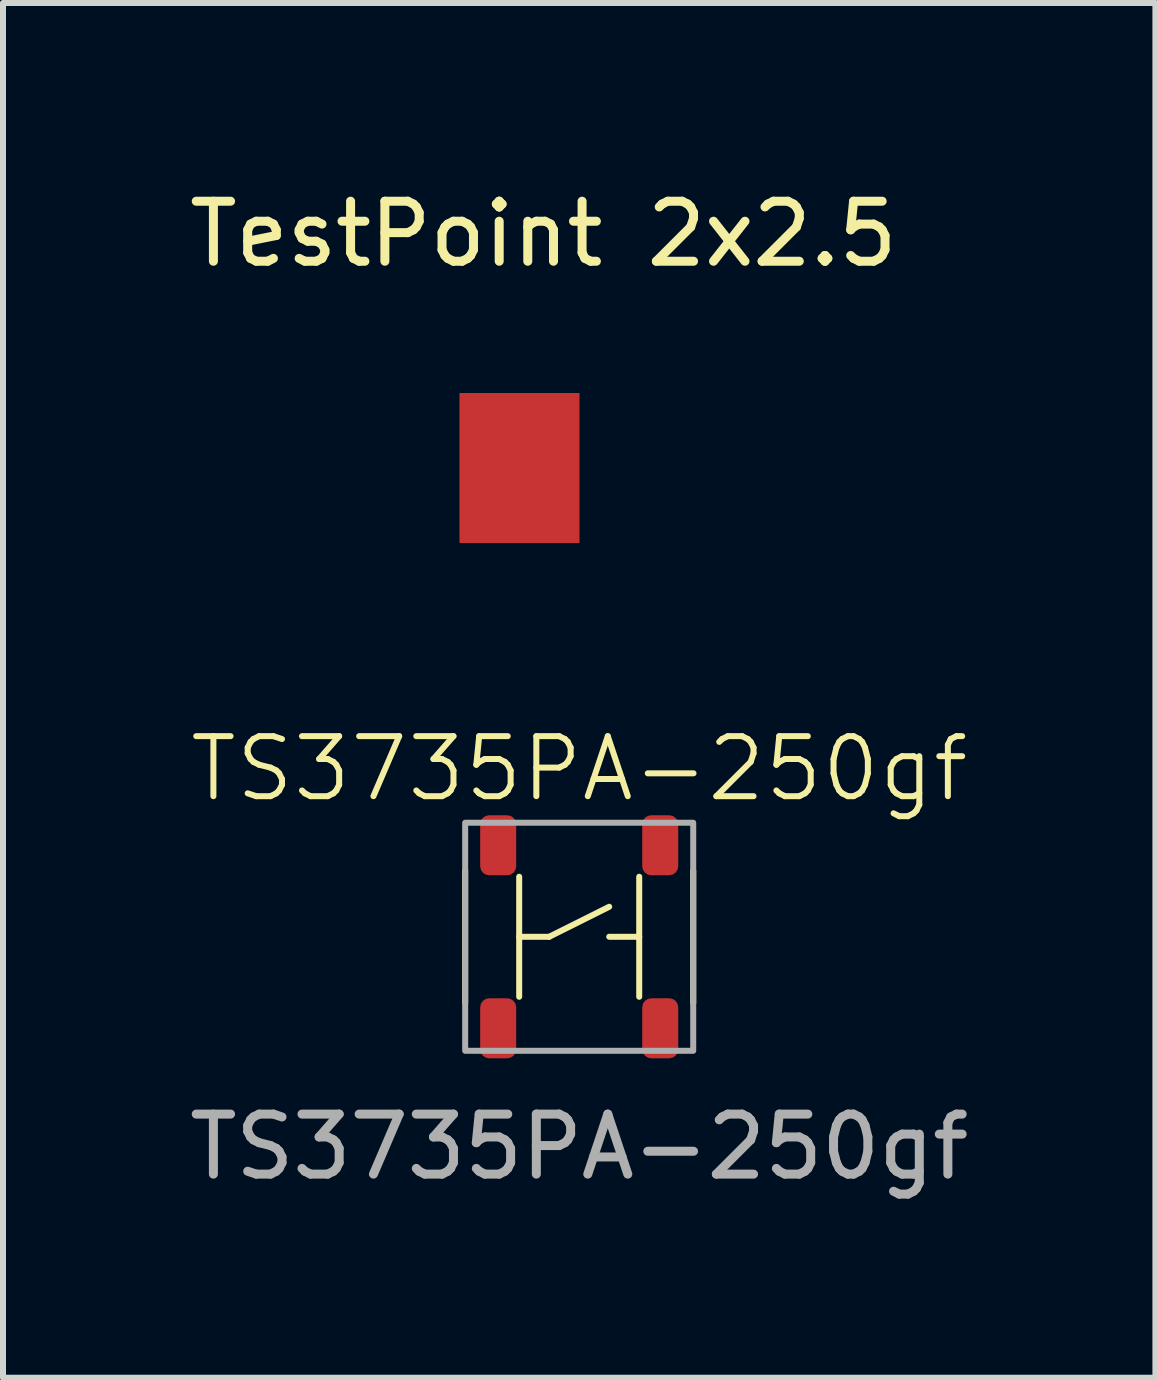
<source format=kicad_pcb>
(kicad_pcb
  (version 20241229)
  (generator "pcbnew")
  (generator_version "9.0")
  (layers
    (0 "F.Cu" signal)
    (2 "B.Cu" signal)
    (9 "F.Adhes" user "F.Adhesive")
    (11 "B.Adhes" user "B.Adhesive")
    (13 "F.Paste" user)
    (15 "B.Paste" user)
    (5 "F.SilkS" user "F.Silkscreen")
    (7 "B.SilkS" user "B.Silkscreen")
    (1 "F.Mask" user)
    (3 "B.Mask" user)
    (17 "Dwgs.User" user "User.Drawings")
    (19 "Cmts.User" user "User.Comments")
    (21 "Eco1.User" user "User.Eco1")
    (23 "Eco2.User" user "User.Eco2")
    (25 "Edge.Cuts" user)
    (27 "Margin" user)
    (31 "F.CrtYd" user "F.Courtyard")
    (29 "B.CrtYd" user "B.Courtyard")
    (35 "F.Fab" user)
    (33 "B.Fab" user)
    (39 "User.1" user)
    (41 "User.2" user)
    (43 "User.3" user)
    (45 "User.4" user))
  (footprint "TS3735PA-250gf"
    (layer "F.Cu")
    (at 6.601 12.559)
    (property "Reference" "TS3735PA-250gf" (at 0 -2.8 0) (unlocked yes) (layer "F.SilkS") (effects (font (size 1 1) (thickness 0.1))))
    (attr smd)
    (fp_line (start -1.9 -1.1) (end -1.9 1.1) (stroke (width 0.1) (type default)) (layer "F.SilkS"))
    (fp_line (start -1 -1) (end -1 1) (stroke (width 0.1) (type default)) (layer "F.SilkS"))
    (fp_line (start -1 0) (end -0.5 0) (stroke (width 0.1) (type default)) (layer "F.SilkS"))
    (fp_line (start -0.5 0) (end 0.5 -0.5) (stroke (width 0.1) (type default)) (layer "F.SilkS"))
    (fp_line (start 1 -1) (end 1 1) (stroke (width 0.1) (type default)) (layer "F.SilkS"))
    (fp_line (start 1 0) (end 0.5 0) (stroke (width 0.1) (type default)) (layer "F.SilkS"))
    (fp_line (start 1.9 -1.1) (end 1.9 1.1) (stroke (width 0.1) (type default)) (layer "F.SilkS"))
    (fp_rect (start -1.9 -1.9) (end 1.9 1.9) (stroke (width 0.1) (type default)) (fill no) (layer "F.Fab"))
    (fp_text user "${REFERENCE}" (at 0 3.5 0) (unlocked yes) (layer "F.Fab") (effects (font (size 1 1) (thickness 0.15))))
    (pad "1" smd roundrect (at -1.35 -1.525 180) (size 0.6 1) (layers "F.Cu" "F.Mask" "F.Paste") (roundrect_rratio 0.25))
    (pad "1" smd roundrect (at -1.35 1.525) (size 0.6 1) (layers "F.Cu" "F.Mask" "F.Paste") (roundrect_rratio 0.25))
    (pad "2" smd roundrect (at 1.35 -1.525 180) (size 0.6 1) (layers "F.Cu" "F.Mask" "F.Paste") (roundrect_rratio 0.25))
    (pad "2" smd roundrect (at 1.35 1.525) (size 0.6 1) (layers "F.Cu" "F.Mask" "F.Paste") (roundrect_rratio 0.25)))
  (footprint "TestPoint 2x2.5"
    (layer "F.Cu")
    (at 5.606 4.748)
    (property "Reference" "TestPoint 2x2.5" (at 0.4 -3.9 0) (unlocked yes) (layer "F.SilkS") (effects (font (size 1 1) (thickness 0.15))))
    (attr smd)
    (pad "1" smd rect (at 0 0) (size 2 2.5) (layers "F.Cu" "F.Mask" "F.Paste")))
  (gr_rect
    (start -3 -3)
    (end 16.202 19.907)
    (stroke (width 0.1) (type default))
    (fill no)
    (layer "Edge.Cuts")))
</source>
